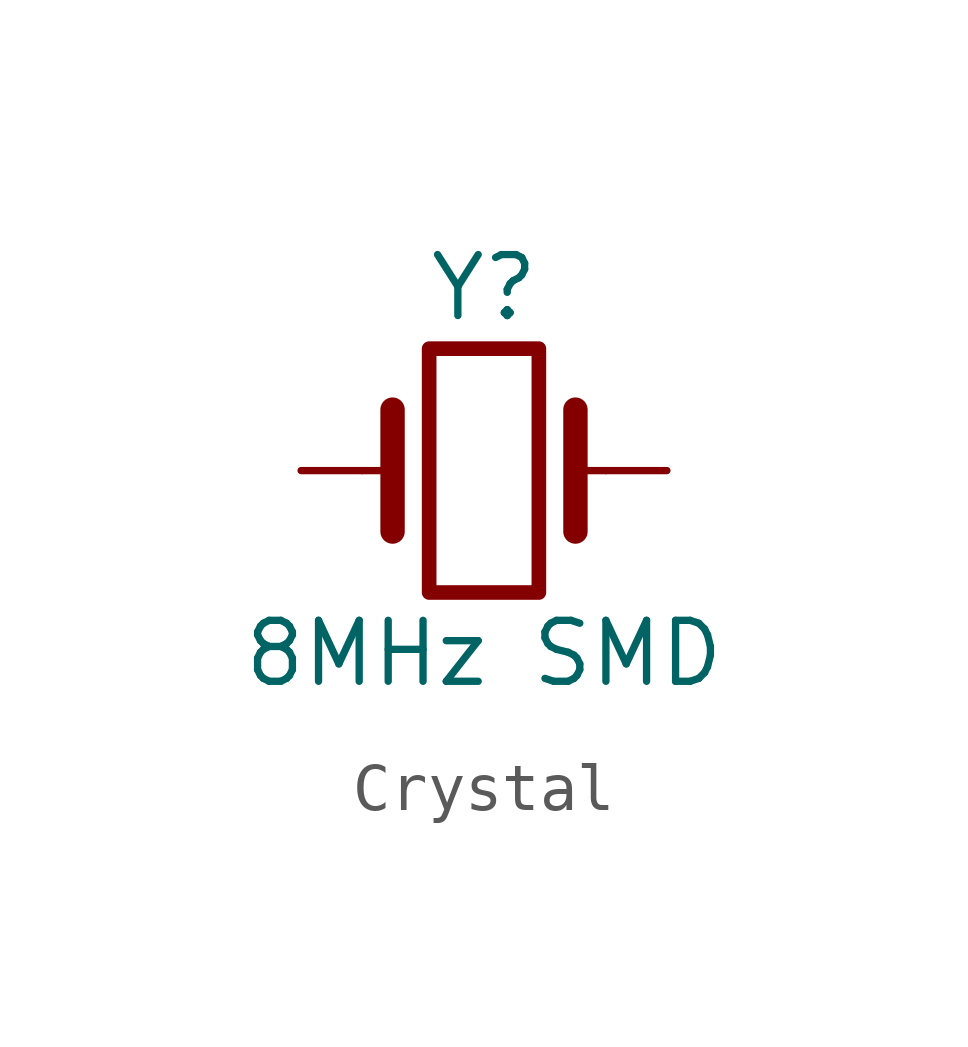
<source format=kicad_sym>
(kicad_symbol_lib
  (version 20231120)
  (generator "kicad_symbol_editor")
  (generator_version "8.0")
  (symbol "Crystal"
    (pin_numbers hide)
    (pin_names
      (offset 1.016) hide)
    (property "Reference" "Y"
      (at 0 3.81 0)
      (effects (font (size 1.27 1.27))))
    (property "Value" "8MHz SMD"
      (at 0 -3.81 0)
      (effects (font (size 1.27 1.27))))
    (symbol "Crystal_0_1"
      (rectangle (start -1.143 2.54) (end 1.143 -2.54) (stroke (width 0.305) (type default)) (fill (type none)))
      (polyline (pts (xy -2.54 0) (xy -1.905 0)) (stroke (width 0) (type default)) (fill (type none)))
      (polyline (pts (xy -1.905 -1.27) (xy -1.905 1.27)) (stroke (width 0.508) (type default)) (fill (type none)))
      (polyline (pts (xy 1.905 -1.27) (xy 1.905 1.27)) (stroke (width 0.508) (type default)) (fill (type none)))
      (polyline (pts (xy 2.54 0) (xy 1.905 0)) (stroke (width 0) (type default)) (fill (type none))))
    (symbol "Crystal_1_1"
      (pin passive line (at -3.81 0 0) (length 1.27) (name "1" (effects (font (size 1.27 1.27)))) (number "1" (effects (font (size 1.27 1.27)))))
      (pin passive line (at 3.81 0 180) (length 1.27) (name "2" (effects (font (size 1.27 1.27)))) (number "2" (effects (font (size 1.27 1.27))))))))
</source>
